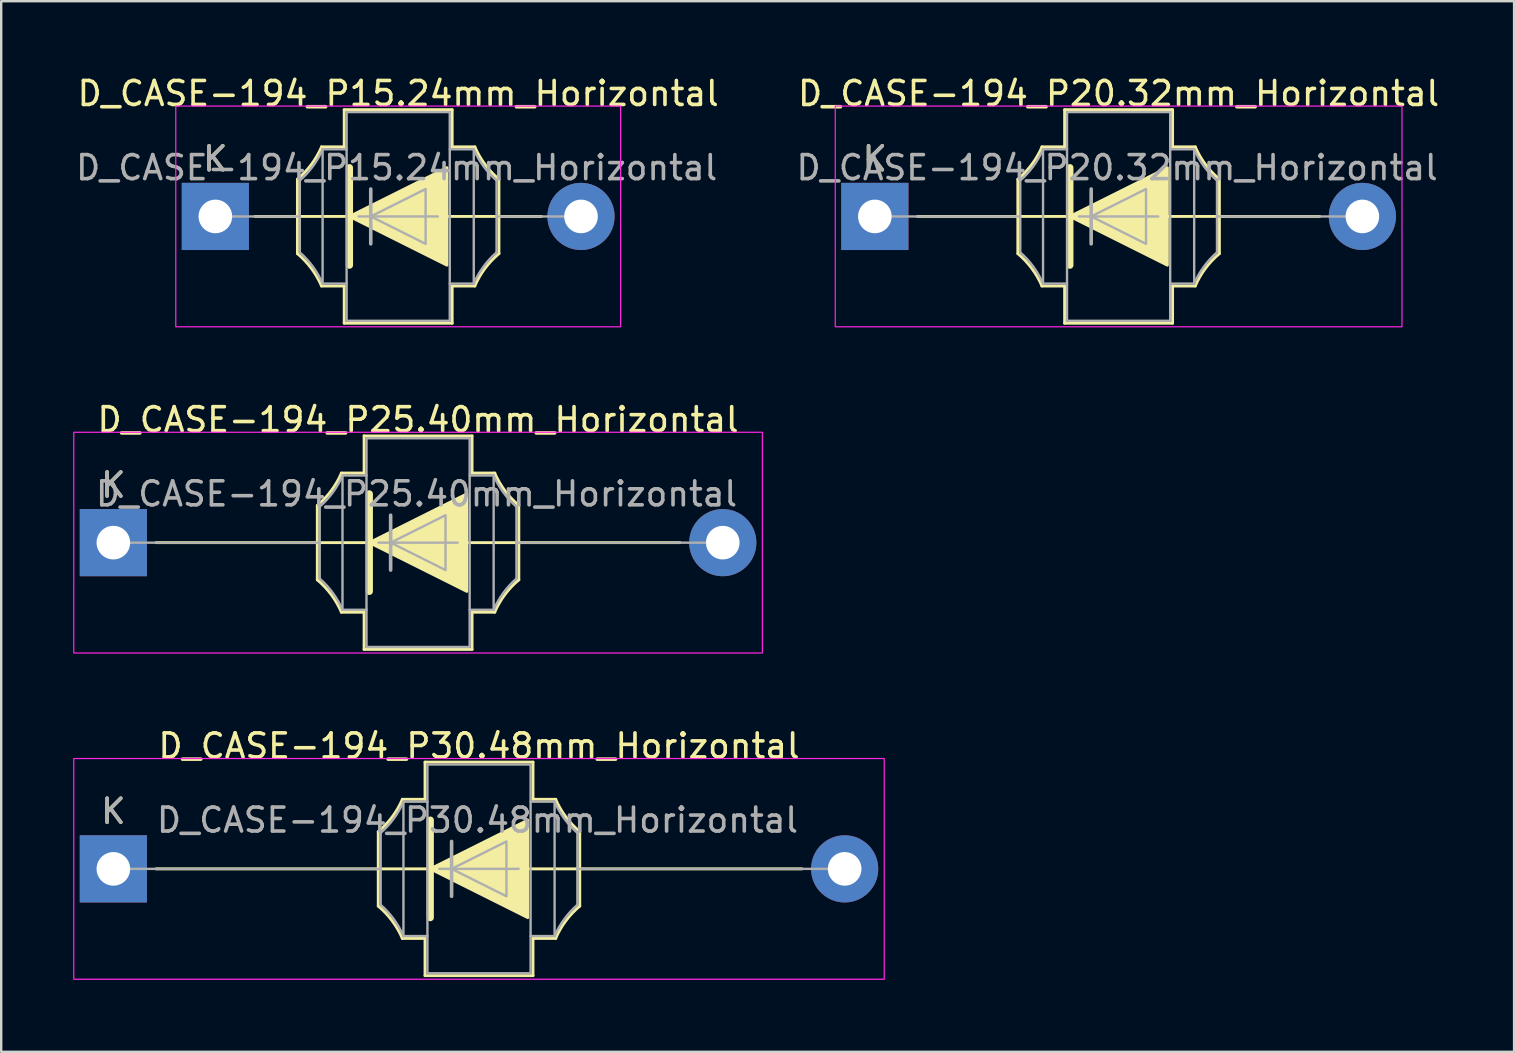
<source format=kicad_pcb>
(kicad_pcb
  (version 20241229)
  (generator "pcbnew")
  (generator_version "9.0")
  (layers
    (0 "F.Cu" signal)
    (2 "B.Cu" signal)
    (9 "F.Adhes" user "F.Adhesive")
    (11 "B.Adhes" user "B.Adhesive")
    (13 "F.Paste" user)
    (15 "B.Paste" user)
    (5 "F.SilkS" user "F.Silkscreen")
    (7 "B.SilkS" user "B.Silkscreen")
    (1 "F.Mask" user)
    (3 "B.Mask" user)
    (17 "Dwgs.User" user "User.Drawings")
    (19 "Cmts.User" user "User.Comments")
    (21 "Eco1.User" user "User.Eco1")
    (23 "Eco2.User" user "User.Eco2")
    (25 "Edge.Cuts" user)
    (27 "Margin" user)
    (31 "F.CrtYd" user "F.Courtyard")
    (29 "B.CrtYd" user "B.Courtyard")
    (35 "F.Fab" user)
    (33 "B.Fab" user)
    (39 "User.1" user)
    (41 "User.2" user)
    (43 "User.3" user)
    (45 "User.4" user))
  (footprint "D_CASE-194_P15.24mm_Horizontal"
    (layer "F.Cu")
    (at 5.926 5.971)
    (property "Reference" "D_CASE-194_P15.24mm_Horizontal" (at 7.62 -5.123 0) (layer "F.SilkS") (effects (font (size 1 1) (thickness 0.15))))
    (attr through_hole)
    (fp_line (start 1.651 0) (end 3.42 0) (stroke (width 0.12) (type default)) (layer "F.SilkS"))
    (fp_line (start 3.42 -1.55) (end 3.42 1.55) (stroke (width 0.12) (type default)) (layer "F.SilkS"))
    (fp_line (start 3.42 0) (end 11.82 0) (stroke (width 0.12) (type default)) (layer "F.SilkS"))
    (fp_line (start 4.42 2.9) (end 5.37 2.9) (stroke (width 0.12) (type default)) (layer "F.SilkS"))
    (fp_line (start 5.37 -4.45) (end 5.37 -2.9) (stroke (width 0.12) (type default)) (layer "F.SilkS"))
    (fp_line (start 5.37 -2.9) (end 4.42 -2.9) (stroke (width 0.12) (type default)) (layer "F.SilkS"))
    (fp_line (start 5.37 2.9) (end 5.37 4.45) (stroke (width 0.12) (type default)) (layer "F.SilkS"))
    (fp_line (start 5.37 4.45) (end 9.87 4.45) (stroke (width 0.12) (type default)) (layer "F.SilkS"))
    (fp_line (start 5.588 -2.032) (end 5.588 2.032) (stroke (width 0.3) (type default)) (layer "F.SilkS"))
    (fp_line (start 9.87 -4.45) (end 5.37 -4.45) (stroke (width 0.12) (type default)) (layer "F.SilkS"))
    (fp_line (start 9.87 -2.9) (end 9.87 -4.45) (stroke (width 0.12) (type default)) (layer "F.SilkS"))
    (fp_line (start 9.87 2.9) (end 10.82 2.9) (stroke (width 0.12) (type default)) (layer "F.SilkS"))
    (fp_line (start 9.87 4.45) (end 9.87 2.9) (stroke (width 0.12) (type default)) (layer "F.SilkS"))
    (fp_line (start 10.82 -2.9) (end 9.87 -2.9) (stroke (width 0.12) (type default)) (layer "F.SilkS"))
    (fp_line (start 11.82 1.55) (end 11.82 -1.55) (stroke (width 0.12) (type default)) (layer "F.SilkS"))
    (fp_line (start 13.589 0) (end 11.82 0) (stroke (width 0.12) (type default)) (layer "F.SilkS"))
    (fp_arc (start 3.42 1.55) (mid 4.000923 2.165421) (end 4.424743 2.897945) (stroke (width 0.12) (type default)) (layer "F.SilkS"))
    (fp_arc (start 4.426354 -2.897243) (mid 4.00168 -2.164982) (end 3.42 -1.55) (stroke (width 0.12) (type default)) (layer "F.SilkS"))
    (fp_arc (start 10.813646 2.897242) (mid 11.23832 2.164982) (end 11.82 1.55) (stroke (width 0.12) (type default)) (layer "F.SilkS"))
    (fp_arc (start 11.82 -1.55) (mid 11.239073 -2.165419) (end 10.815257 -2.897945) (stroke (width 0.12) (type default)) (layer "F.SilkS"))
    (fp_poly (pts (xy 5.588 0) (xy 9.652 -2.032) (xy 9.652 2.032)) (stroke (width 0.12) (type solid)) (fill yes) (layer "F.SilkS"))
    (fp_rect (start -1.65 -4.6) (end 16.89 4.6) (stroke (width 0.05) (type default)) (fill no) (layer "F.CrtYd"))
    (fp_line (start 0 0) (end 3.52 0) (stroke (width 0.1) (type solid)) (layer "F.Fab"))
    (fp_line (start 3.52 -1.5) (end 3.52 1.5) (stroke (width 0.1) (type default)) (layer "F.Fab"))
    (fp_line (start 4.47 -2.8) (end 4.47 2.8) (stroke (width 0.1) (type default)) (layer "F.Fab"))
    (fp_line (start 4.47 2.8) (end 5.47 2.8) (stroke (width 0.1) (type default)) (layer "F.Fab"))
    (fp_line (start 5.47 -2.8) (end 4.47 -2.8) (stroke (width 0.1) (type default)) (layer "F.Fab"))
    (fp_line (start 5.969 0) (end 9.271 0) (stroke (width 0.1) (type default)) (layer "F.Fab"))
    (fp_line (start 6.477 -1.143) (end 6.477 1.143) (stroke (width 0.15) (type default)) (layer "F.Fab"))
    (fp_line (start 9.77 2.8) (end 10.77 2.8) (stroke (width 0.1) (type default)) (layer "F.Fab"))
    (fp_line (start 10.77 -2.8) (end 9.77 -2.8) (stroke (width 0.1) (type default)) (layer "F.Fab"))
    (fp_line (start 10.77 2.8) (end 10.77 -2.8) (stroke (width 0.1) (type default)) (layer "F.Fab"))
    (fp_line (start 11.72 1.5) (end 11.72 -1.5) (stroke (width 0.1) (type default)) (layer "F.Fab"))
    (fp_line (start 15.24 0) (end 11.72 0) (stroke (width 0.1) (type solid)) (layer "F.Fab"))
    (fp_rect (start 5.47 -4.35) (end 9.77 4.35) (stroke (width 0.1) (type default)) (fill no) (layer "F.Fab"))
    (fp_arc (start 3.52 1.5) (mid 4.067424 2.097051) (end 4.469686 2.800136) (stroke (width 0.1) (type default)) (layer "F.Fab"))
    (fp_arc (start 4.471263 -2.799451) (mid 4.068174 -2.096621) (end 3.519999 -1.500001) (stroke (width 0.1) (type default)) (layer "F.Fab"))
    (fp_arc (start 10.77 2.8) (mid 11.172299 2.096849) (end 11.719775 1.499742) (stroke (width 0.1) (type default)) (layer "F.Fab"))
    (fp_arc (start 11.719686 -1.499864) (mid 11.17226 -2.096913) (end 10.77 -2.8) (stroke (width 0.1) (type default)) (layer "F.Fab"))
    (fp_poly (pts (xy 6.477 0) (xy 8.763 -1.143) (xy 8.763 1.143)) (stroke (width 0.1) (type solid)) (fill no) (layer "F.Fab"))
    (fp_text user "K" (at 0 -2.4 0) (layer "F.SilkS") (effects (font (size 1 1) (thickness 0.15))))
    (fp_text user "K" (at 0 -2.4 0) (layer "F.Fab") (effects (font (size 1 1) (thickness 0.15))))
    (fp_text user "${REFERENCE}" (at 7.556 -2.032 0) (layer "F.Fab") (effects (font (size 1 1) (thickness 0.15))))
    (pad "1" thru_hole rect (at 0 0) (size 2.8 2.8) (drill 1.4) (layers "*.Cu" "*.Mask"))
    (pad "2" thru_hole oval (at 15.24 0) (size 2.8 2.8) (drill 1.4) (layers "*.Cu" "*.Mask")))
  (footprint "D_CASE-194_P25.40mm_Horizontal"
    (layer "F.Cu")
    (at 1.675 19.567)
    (property "Reference" "D_CASE-194_P25.40mm_Horizontal" (at 12.7 -5.123 0) (layer "F.SilkS") (effects (font (size 1 1) (thickness 0.15))))
    (attr through_hole)
    (fp_line (start 1.778 0) (end 8.5 0) (stroke (width 0.12) (type default)) (layer "F.SilkS"))
    (fp_line (start 8.5 -1.55) (end 8.5 1.55) (stroke (width 0.12) (type default)) (layer "F.SilkS"))
    (fp_line (start 8.5 0) (end 16.9 0) (stroke (width 0.12) (type default)) (layer "F.SilkS"))
    (fp_line (start 9.5 2.9) (end 10.45 2.9) (stroke (width 0.12) (type default)) (layer "F.SilkS"))
    (fp_line (start 10.45 -4.45) (end 10.45 -2.9) (stroke (width 0.12) (type default)) (layer "F.SilkS"))
    (fp_line (start 10.45 -2.9) (end 9.5 -2.9) (stroke (width 0.12) (type default)) (layer "F.SilkS"))
    (fp_line (start 10.45 2.9) (end 10.45 4.45) (stroke (width 0.12) (type default)) (layer "F.SilkS"))
    (fp_line (start 10.45 4.45) (end 14.95 4.45) (stroke (width 0.12) (type default)) (layer "F.SilkS"))
    (fp_line (start 10.668 -2.032) (end 10.668 2.032) (stroke (width 0.3) (type default)) (layer "F.SilkS"))
    (fp_line (start 14.95 -4.45) (end 10.45 -4.45) (stroke (width 0.12) (type default)) (layer "F.SilkS"))
    (fp_line (start 14.95 -2.9) (end 14.95 -4.45) (stroke (width 0.12) (type default)) (layer "F.SilkS"))
    (fp_line (start 14.95 2.9) (end 15.9 2.9) (stroke (width 0.12) (type default)) (layer "F.SilkS"))
    (fp_line (start 14.95 4.45) (end 14.95 2.9) (stroke (width 0.12) (type default)) (layer "F.SilkS"))
    (fp_line (start 15.9 -2.9) (end 14.95 -2.9) (stroke (width 0.12) (type default)) (layer "F.SilkS"))
    (fp_line (start 16.9 1.55) (end 16.9 -1.55) (stroke (width 0.12) (type default)) (layer "F.SilkS"))
    (fp_line (start 23.622 0) (end 16.9 0) (stroke (width 0.12) (type default)) (layer "F.SilkS"))
    (fp_arc (start 8.5 1.55) (mid 9.080922 2.165422) (end 9.504743 2.897945) (stroke (width 0.12) (type default)) (layer "F.SilkS"))
    (fp_arc (start 9.506354 -2.897243) (mid 9.08168 -2.164982) (end 8.5 -1.55) (stroke (width 0.12) (type default)) (layer "F.SilkS"))
    (fp_arc (start 15.893646 2.897242) (mid 16.31832 2.164982) (end 16.9 1.55) (stroke (width 0.12) (type default)) (layer "F.SilkS"))
    (fp_arc (start 16.9 -1.55) (mid 16.319074 -2.165419) (end 15.895257 -2.897945) (stroke (width 0.12) (type default)) (layer "F.SilkS"))
    (fp_poly (pts (xy 10.668 0) (xy 14.732 -2.032) (xy 14.732 2.032)) (stroke (width 0.12) (type solid)) (fill yes) (layer "F.SilkS"))
    (fp_rect (start -1.65 -4.6) (end 27.05 4.6) (stroke (width 0.05) (type default)) (fill no) (layer "F.CrtYd"))
    (fp_line (start 0 0) (end 8.6 0) (stroke (width 0.1) (type solid)) (layer "F.Fab"))
    (fp_line (start 8.6 -1.5) (end 8.6 1.5) (stroke (width 0.1) (type default)) (layer "F.Fab"))
    (fp_line (start 9.55 -2.8) (end 9.55 2.8) (stroke (width 0.1) (type default)) (layer "F.Fab"))
    (fp_line (start 9.55 2.8) (end 10.55 2.8) (stroke (width 0.1) (type default)) (layer "F.Fab"))
    (fp_line (start 10.55 -2.8) (end 9.55 -2.8) (stroke (width 0.1) (type default)) (layer "F.Fab"))
    (fp_line (start 11.049 0) (end 14.351 0) (stroke (width 0.1) (type default)) (layer "F.Fab"))
    (fp_line (start 11.557 -1.143) (end 11.557 1.143) (stroke (width 0.15) (type default)) (layer "F.Fab"))
    (fp_line (start 14.85 2.8) (end 15.85 2.8) (stroke (width 0.1) (type default)) (layer "F.Fab"))
    (fp_line (start 15.85 -2.8) (end 14.85 -2.8) (stroke (width 0.1) (type default)) (layer "F.Fab"))
    (fp_line (start 15.85 2.8) (end 15.85 -2.8) (stroke (width 0.1) (type default)) (layer "F.Fab"))
    (fp_line (start 16.8 1.5) (end 16.8 -1.5) (stroke (width 0.1) (type default)) (layer "F.Fab"))
    (fp_line (start 25.4 0) (end 16.8 0) (stroke (width 0.1) (type solid)) (layer "F.Fab"))
    (fp_rect (start 10.55 -4.35) (end 14.85 4.35) (stroke (width 0.1) (type default)) (fill no) (layer "F.Fab"))
    (fp_arc (start 8.6 1.5) (mid 9.147424 2.097051) (end 9.549686 2.800136) (stroke (width 0.1) (type default)) (layer "F.Fab"))
    (fp_arc (start 9.551263 -2.799451) (mid 9.148174 -2.096621) (end 8.599999 -1.500001) (stroke (width 0.1) (type default)) (layer "F.Fab"))
    (fp_arc (start 15.85 2.8) (mid 16.252299 2.096849) (end 16.799775 1.499742) (stroke (width 0.1) (type default)) (layer "F.Fab"))
    (fp_arc (start 16.799686 -1.499864) (mid 16.25226 -2.096913) (end 15.85 -2.8) (stroke (width 0.1) (type default)) (layer "F.Fab"))
    (fp_poly (pts (xy 11.557 0) (xy 13.843 -1.143) (xy 13.843 1.143)) (stroke (width 0.1) (type solid)) (fill no) (layer "F.Fab"))
    (fp_text user "K" (at 0 -2.4 0) (layer "F.SilkS") (effects (font (size 1 1) (thickness 0.15))))
    (fp_text user "K" (at 0 -2.4 0) (layer "F.Fab") (effects (font (size 1 1) (thickness 0.15))))
    (fp_text user "${REFERENCE}" (at 12.636 -2.032 0) (layer "F.Fab") (effects (font (size 1 1) (thickness 0.15))))
    (pad "1" thru_hole rect (at 0 0) (size 2.8 2.8) (drill 1.4) (layers "*.Cu" "*.Mask"))
    (pad "2" thru_hole oval (at 25.4 0) (size 2.8 2.8) (drill 1.4) (layers "*.Cu" "*.Mask")))
  (footprint "D_CASE-194_P30.48mm_Horizontal"
    (layer "F.Cu")
    (at 1.675 33.164)
    (property "Reference" "D_CASE-194_P30.48mm_Horizontal" (at 15.24 -5.123 0) (layer "F.SilkS") (effects (font (size 1 1) (thickness 0.15))))
    (attr through_hole)
    (fp_line (start 1.778 0) (end 11.04 0) (stroke (width 0.12) (type default)) (layer "F.SilkS"))
    (fp_line (start 11.04 -1.55) (end 11.04 1.55) (stroke (width 0.12) (type default)) (layer "F.SilkS"))
    (fp_line (start 11.04 0) (end 19.44 0) (stroke (width 0.12) (type default)) (layer "F.SilkS"))
    (fp_line (start 12.04 2.9) (end 12.99 2.9) (stroke (width 0.12) (type default)) (layer "F.SilkS"))
    (fp_line (start 12.99 -4.45) (end 12.99 -2.9) (stroke (width 0.12) (type default)) (layer "F.SilkS"))
    (fp_line (start 12.99 -2.9) (end 12.04 -2.9) (stroke (width 0.12) (type default)) (layer "F.SilkS"))
    (fp_line (start 12.99 2.9) (end 12.99 4.45) (stroke (width 0.12) (type default)) (layer "F.SilkS"))
    (fp_line (start 12.99 4.45) (end 17.49 4.45) (stroke (width 0.12) (type default)) (layer "F.SilkS"))
    (fp_line (start 13.208 -2.032) (end 13.208 2.032) (stroke (width 0.3) (type default)) (layer "F.SilkS"))
    (fp_line (start 17.49 -4.45) (end 12.99 -4.45) (stroke (width 0.12) (type default)) (layer "F.SilkS"))
    (fp_line (start 17.49 -2.9) (end 17.49 -4.45) (stroke (width 0.12) (type default)) (layer "F.SilkS"))
    (fp_line (start 17.49 2.9) (end 18.44 2.9) (stroke (width 0.12) (type default)) (layer "F.SilkS"))
    (fp_line (start 17.49 4.45) (end 17.49 2.9) (stroke (width 0.12) (type default)) (layer "F.SilkS"))
    (fp_line (start 18.44 -2.9) (end 17.49 -2.9) (stroke (width 0.12) (type default)) (layer "F.SilkS"))
    (fp_line (start 19.44 1.55) (end 19.44 -1.55) (stroke (width 0.12) (type default)) (layer "F.SilkS"))
    (fp_line (start 28.702 0) (end 19.44 0) (stroke (width 0.12) (type default)) (layer "F.SilkS"))
    (fp_arc (start 11.04 1.55) (mid 11.620922 2.165422) (end 12.044743 2.897945) (stroke (width 0.12) (type default)) (layer "F.SilkS"))
    (fp_arc (start 12.046354 -2.897243) (mid 11.62168 -2.164982) (end 11.04 -1.55) (stroke (width 0.12) (type default)) (layer "F.SilkS"))
    (fp_arc (start 18.433646 2.897242) (mid 18.85832 2.164982) (end 19.44 1.55) (stroke (width 0.12) (type default)) (layer "F.SilkS"))
    (fp_arc (start 19.44 -1.55) (mid 18.859074 -2.165419) (end 18.435257 -2.897945) (stroke (width 0.12) (type default)) (layer "F.SilkS"))
    (fp_poly (pts (xy 13.208 0) (xy 17.272 -2.032) (xy 17.272 2.032)) (stroke (width 0.12) (type solid)) (fill yes) (layer "F.SilkS"))
    (fp_rect (start -1.65 -4.6) (end 32.13 4.6) (stroke (width 0.05) (type default)) (fill no) (layer "F.CrtYd"))
    (fp_line (start 0 0) (end 11.14 0) (stroke (width 0.1) (type solid)) (layer "F.Fab"))
    (fp_line (start 11.14 -1.5) (end 11.14 1.5) (stroke (width 0.1) (type default)) (layer "F.Fab"))
    (fp_line (start 12.09 -2.8) (end 12.09 2.8) (stroke (width 0.1) (type default)) (layer "F.Fab"))
    (fp_line (start 12.09 2.8) (end 13.09 2.8) (stroke (width 0.1) (type default)) (layer "F.Fab"))
    (fp_line (start 13.09 -2.8) (end 12.09 -2.8) (stroke (width 0.1) (type default)) (layer "F.Fab"))
    (fp_line (start 13.589 0) (end 16.891 0) (stroke (width 0.1) (type default)) (layer "F.Fab"))
    (fp_line (start 14.097 -1.143) (end 14.097 1.143) (stroke (width 0.15) (type default)) (layer "F.Fab"))
    (fp_line (start 17.39 2.8) (end 18.39 2.8) (stroke (width 0.1) (type default)) (layer "F.Fab"))
    (fp_line (start 18.39 -2.8) (end 17.39 -2.8) (stroke (width 0.1) (type default)) (layer "F.Fab"))
    (fp_line (start 18.39 2.8) (end 18.39 -2.8) (stroke (width 0.1) (type default)) (layer "F.Fab"))
    (fp_line (start 19.34 1.5) (end 19.34 -1.5) (stroke (width 0.1) (type default)) (layer "F.Fab"))
    (fp_line (start 30.48 0) (end 19.34 0) (stroke (width 0.1) (type solid)) (layer "F.Fab"))
    (fp_rect (start 13.09 -4.35) (end 17.39 4.35) (stroke (width 0.1) (type default)) (fill no) (layer "F.Fab"))
    (fp_arc (start 11.14 1.5) (mid 11.687424 2.097051) (end 12.089686 2.800136) (stroke (width 0.1) (type default)) (layer "F.Fab"))
    (fp_arc (start 12.091263 -2.799451) (mid 11.688174 -2.096621) (end 11.139999 -1.500001) (stroke (width 0.1) (type default)) (layer "F.Fab"))
    (fp_arc (start 18.39 2.8) (mid 18.792299 2.096849) (end 19.339775 1.499742) (stroke (width 0.1) (type default)) (layer "F.Fab"))
    (fp_arc (start 19.339686 -1.499864) (mid 18.79226 -2.096913) (end 18.39 -2.8) (stroke (width 0.1) (type default)) (layer "F.Fab"))
    (fp_poly (pts (xy 14.097 0) (xy 16.383 -1.143) (xy 16.383 1.143)) (stroke (width 0.1) (type solid)) (fill no) (layer "F.Fab"))
    (fp_text user "K" (at 0 -2.4 0) (layer "F.SilkS") (effects (font (size 1 1) (thickness 0.15))))
    (fp_text user "${REFERENCE}" (at 15.177 -2.032 0) (layer "F.Fab") (effects (font (size 1 1) (thickness 0.15))))
    (fp_text user "K" (at 0 -2.4 0) (layer "F.Fab") (effects (font (size 1 1) (thickness 0.15))))
    (pad "1" thru_hole rect (at 0 0) (size 2.8 2.8) (drill 1.4) (layers "*.Cu" "*.Mask"))
    (pad "2" thru_hole oval (at 30.48 0) (size 2.8 2.8) (drill 1.4) (layers "*.Cu" "*.Mask")))
  (footprint "D_CASE-194_P20.32mm_Horizontal"
    (layer "F.Cu")
    (at 33.413 5.971)
    (property "Reference" "D_CASE-194_P20.32mm_Horizontal" (at 10.16 -5.123 0) (layer "F.SilkS") (effects (font (size 1 1) (thickness 0.15))))
    (attr through_hole)
    (fp_line (start 1.778 0) (end 5.96 0) (stroke (width 0.12) (type default)) (layer "F.SilkS"))
    (fp_line (start 5.96 -1.55) (end 5.96 1.55) (stroke (width 0.12) (type default)) (layer "F.SilkS"))
    (fp_line (start 5.96 0) (end 14.36 0) (stroke (width 0.12) (type default)) (layer "F.SilkS"))
    (fp_line (start 6.96 2.9) (end 7.91 2.9) (stroke (width 0.12) (type default)) (layer "F.SilkS"))
    (fp_line (start 7.91 -4.45) (end 7.91 -2.9) (stroke (width 0.12) (type default)) (layer "F.SilkS"))
    (fp_line (start 7.91 -2.9) (end 6.96 -2.9) (stroke (width 0.12) (type default)) (layer "F.SilkS"))
    (fp_line (start 7.91 2.9) (end 7.91 4.45) (stroke (width 0.12) (type default)) (layer "F.SilkS"))
    (fp_line (start 7.91 4.45) (end 12.41 4.45) (stroke (width 0.12) (type default)) (layer "F.SilkS"))
    (fp_line (start 8.128 -2.032) (end 8.128 2.032) (stroke (width 0.3) (type default)) (layer "F.SilkS"))
    (fp_line (start 12.41 -4.45) (end 7.91 -4.45) (stroke (width 0.12) (type default)) (layer "F.SilkS"))
    (fp_line (start 12.41 -2.9) (end 12.41 -4.45) (stroke (width 0.12) (type default)) (layer "F.SilkS"))
    (fp_line (start 12.41 2.9) (end 13.36 2.9) (stroke (width 0.12) (type default)) (layer "F.SilkS"))
    (fp_line (start 12.41 4.45) (end 12.41 2.9) (stroke (width 0.12) (type default)) (layer "F.SilkS"))
    (fp_line (start 13.36 -2.9) (end 12.41 -2.9) (stroke (width 0.12) (type default)) (layer "F.SilkS"))
    (fp_line (start 14.36 1.55) (end 14.36 -1.55) (stroke (width 0.12) (type default)) (layer "F.SilkS"))
    (fp_line (start 18.542 0) (end 14.36 0) (stroke (width 0.12) (type default)) (layer "F.SilkS"))
    (fp_arc (start 5.96 1.55) (mid 6.540922 2.165422) (end 6.964743 2.897945) (stroke (width 0.12) (type default)) (layer "F.SilkS"))
    (fp_arc (start 6.966354 -2.897243) (mid 6.54168 -2.164982) (end 5.96 -1.55) (stroke (width 0.12) (type default)) (layer "F.SilkS"))
    (fp_arc (start 13.353646 2.897242) (mid 13.77832 2.164982) (end 14.36 1.55) (stroke (width 0.12) (type default)) (layer "F.SilkS"))
    (fp_arc (start 14.36 -1.55) (mid 13.779074 -2.165419) (end 13.355257 -2.897945) (stroke (width 0.12) (type default)) (layer "F.SilkS"))
    (fp_poly (pts (xy 8.128 0) (xy 12.192 -2.032) (xy 12.192 2.032)) (stroke (width 0.12) (type solid)) (fill yes) (layer "F.SilkS"))
    (fp_rect (start -1.65 -4.6) (end 21.97 4.6) (stroke (width 0.05) (type default)) (fill no) (layer "F.CrtYd"))
    (fp_line (start 0 0) (end 6.06 0) (stroke (width 0.1) (type solid)) (layer "F.Fab"))
    (fp_line (start 6.06 -1.5) (end 6.06 1.5) (stroke (width 0.1) (type default)) (layer "F.Fab"))
    (fp_line (start 7.01 -2.8) (end 7.01 2.8) (stroke (width 0.1) (type default)) (layer "F.Fab"))
    (fp_line (start 7.01 2.8) (end 8.01 2.8) (stroke (width 0.1) (type default)) (layer "F.Fab"))
    (fp_line (start 8.01 -2.8) (end 7.01 -2.8) (stroke (width 0.1) (type default)) (layer "F.Fab"))
    (fp_line (start 8.509 0) (end 11.811 0) (stroke (width 0.1) (type default)) (layer "F.Fab"))
    (fp_line (start 9.017 -1.143) (end 9.017 1.143) (stroke (width 0.15) (type default)) (layer "F.Fab"))
    (fp_line (start 12.31 2.8) (end 13.31 2.8) (stroke (width 0.1) (type default)) (layer "F.Fab"))
    (fp_line (start 13.31 -2.8) (end 12.31 -2.8) (stroke (width 0.1) (type default)) (layer "F.Fab"))
    (fp_line (start 13.31 2.8) (end 13.31 -2.8) (stroke (width 0.1) (type default)) (layer "F.Fab"))
    (fp_line (start 14.26 1.5) (end 14.26 -1.5) (stroke (width 0.1) (type default)) (layer "F.Fab"))
    (fp_line (start 20.32 0) (end 14.26 0) (stroke (width 0.1) (type solid)) (layer "F.Fab"))
    (fp_rect (start 8.01 -4.35) (end 12.31 4.35) (stroke (width 0.1) (type default)) (fill no) (layer "F.Fab"))
    (fp_arc (start 6.06 1.5) (mid 6.607424 2.097051) (end 7.009686 2.800136) (stroke (width 0.1) (type default)) (layer "F.Fab"))
    (fp_arc (start 7.011263 -2.799451) (mid 6.608174 -2.096621) (end 6.059999 -1.500001) (stroke (width 0.1) (type default)) (layer "F.Fab"))
    (fp_arc (start 13.31 2.8) (mid 13.712299 2.096849) (end 14.259775 1.499742) (stroke (width 0.1) (type default)) (layer "F.Fab"))
    (fp_arc (start 14.259686 -1.499864) (mid 13.71226 -2.096913) (end 13.31 -2.8) (stroke (width 0.1) (type default)) (layer "F.Fab"))
    (fp_poly (pts (xy 9.017 0) (xy 11.303 -1.143) (xy 11.303 1.143)) (stroke (width 0.1) (type solid)) (fill no) (layer "F.Fab"))
    (fp_text user "K" (at 0 -2.4 0) (layer "F.SilkS") (effects (font (size 1 1) (thickness 0.15))))
    (fp_text user "${REFERENCE}" (at 10.097 -2.032 0) (layer "F.Fab") (effects (font (size 1 1) (thickness 0.15))))
    (fp_text user "K" (at 0 -2.4 0) (layer "F.Fab") (effects (font (size 1 1) (thickness 0.15))))
    (pad "1" thru_hole rect (at 0 0) (size 2.8 2.8) (drill 1.4) (layers "*.Cu" "*.Mask"))
    (pad "2" thru_hole oval (at 20.32 0) (size 2.8 2.8) (drill 1.4) (layers "*.Cu" "*.Mask")))
  (gr_rect
    (start -3 -3)
    (end 60.056 40.789)
    (stroke (width 0.1) (type default))
    (fill no)
    (layer "Edge.Cuts")))
</source>
